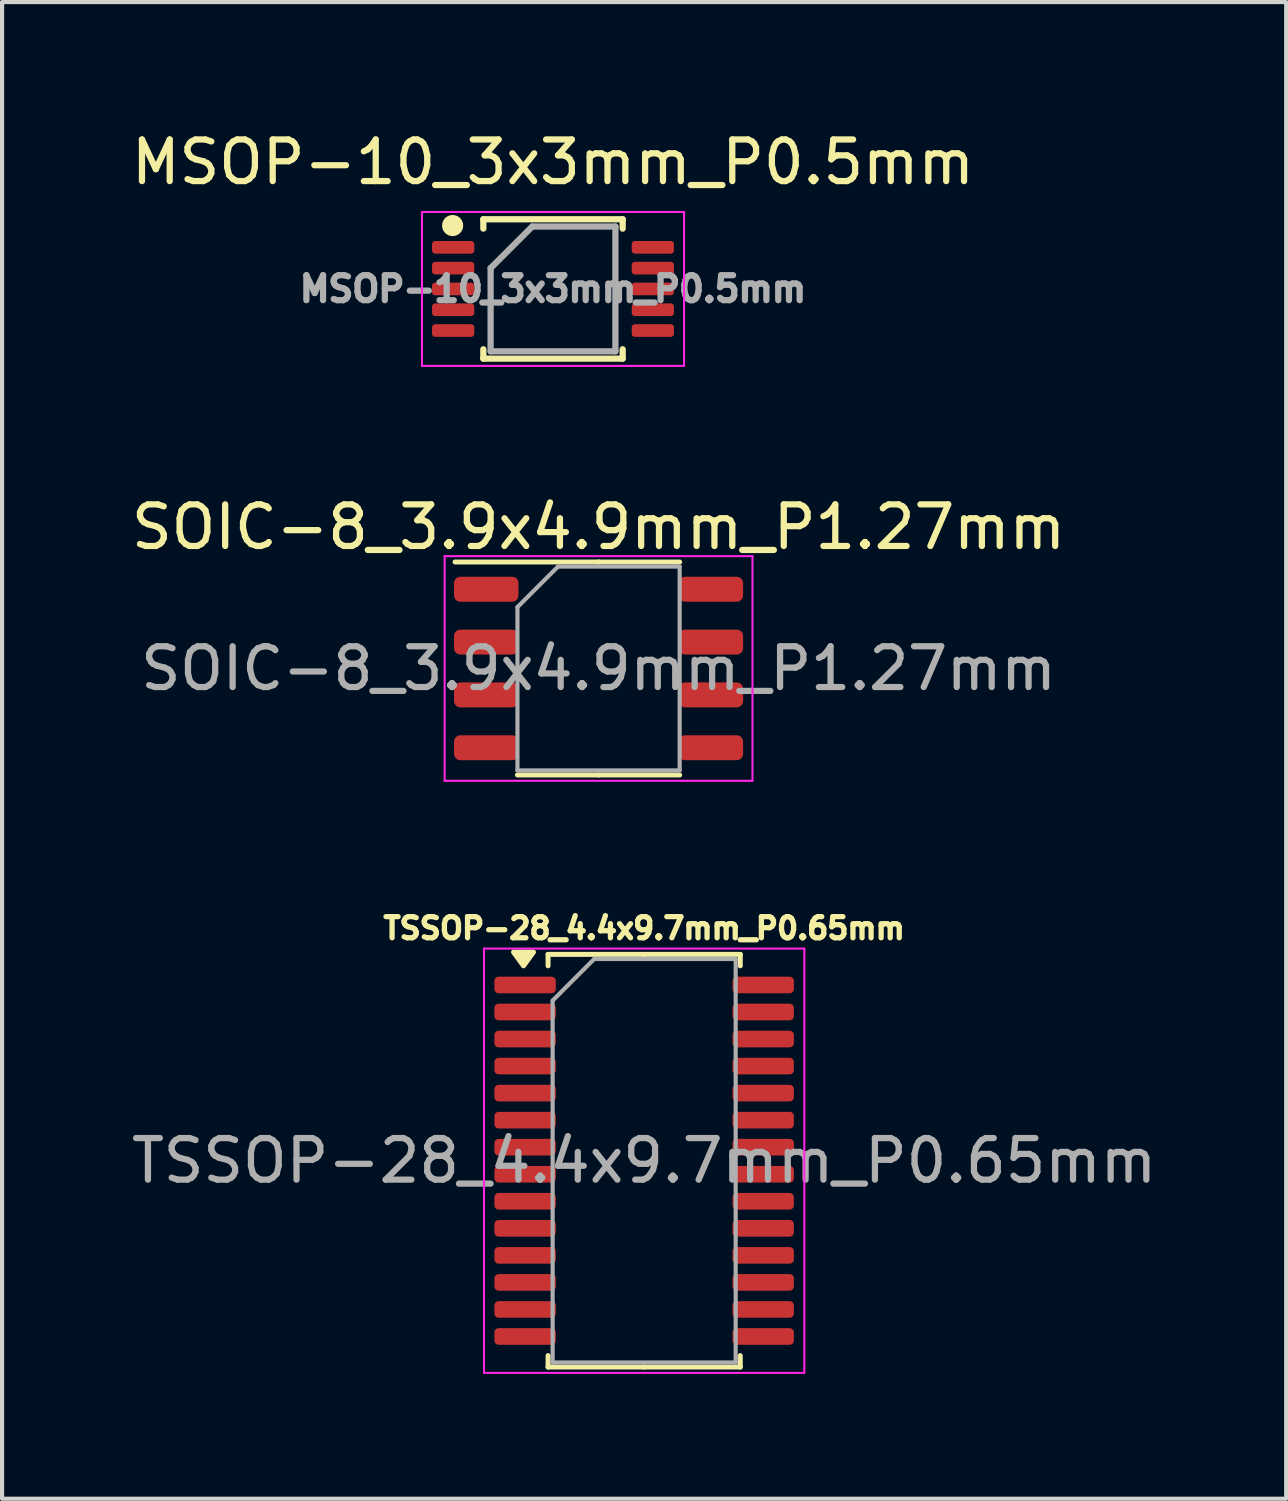
<source format=kicad_pcb>
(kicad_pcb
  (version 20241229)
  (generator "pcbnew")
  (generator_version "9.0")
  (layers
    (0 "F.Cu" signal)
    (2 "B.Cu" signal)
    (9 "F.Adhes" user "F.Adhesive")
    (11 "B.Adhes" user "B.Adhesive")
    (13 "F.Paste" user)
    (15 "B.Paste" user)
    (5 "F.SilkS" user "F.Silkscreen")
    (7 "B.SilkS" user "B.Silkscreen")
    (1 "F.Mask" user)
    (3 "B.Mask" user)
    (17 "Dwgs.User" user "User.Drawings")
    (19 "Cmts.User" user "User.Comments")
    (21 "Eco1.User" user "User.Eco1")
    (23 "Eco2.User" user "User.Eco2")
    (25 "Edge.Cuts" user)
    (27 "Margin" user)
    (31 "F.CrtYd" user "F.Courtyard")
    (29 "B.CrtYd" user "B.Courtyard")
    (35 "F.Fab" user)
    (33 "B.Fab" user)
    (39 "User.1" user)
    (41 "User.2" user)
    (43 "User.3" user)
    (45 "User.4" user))
  (footprint "TSSOP-28_4.4x9.7mm_P0.65mm"
    (layer "F.Cu")
    (at 12.435 24.853)
    (property "Reference" "TSSOP-28_4.4x9.7mm_P0.65mm" (at 0 -5.588 0) (layer "F.SilkS") (effects (font (size 0.508 0.508) (thickness 0.127) (bold yes))))
    (attr smd)
    (fp_line (start -2.31 -4.96) (end -2.31 -4.685) (stroke (width 0.12) (type solid)) (layer "F.SilkS"))
    (fp_line (start -2.31 4.96) (end -2.31 4.685) (stroke (width 0.12) (type solid)) (layer "F.SilkS"))
    (fp_line (start 0 -4.96) (end -2.31 -4.96) (stroke (width 0.12) (type solid)) (layer "F.SilkS"))
    (fp_line (start 0 -4.96) (end 2.31 -4.96) (stroke (width 0.12) (type solid)) (layer "F.SilkS"))
    (fp_line (start 0 4.96) (end -2.31 4.96) (stroke (width 0.12) (type solid)) (layer "F.SilkS"))
    (fp_line (start 0 4.96) (end 2.31 4.96) (stroke (width 0.12) (type solid)) (layer "F.SilkS"))
    (fp_line (start 2.31 -4.96) (end 2.31 -4.685) (stroke (width 0.12) (type solid)) (layer "F.SilkS"))
    (fp_line (start 2.31 4.96) (end 2.31 4.685) (stroke (width 0.12) (type solid)) (layer "F.SilkS"))
    (fp_poly (pts (xy -2.9 -4.685) (xy -3.14 -5.015) (xy -2.66 -5.015) (xy -2.9 -4.685)) (stroke (width 0.12) (type solid)) (fill yes) (layer "F.SilkS"))
    (fp_line (start -3.85 -5.1) (end -3.85 5.1) (stroke (width 0.05) (type solid)) (layer "F.CrtYd"))
    (fp_line (start -3.85 5.1) (end 3.85 5.1) (stroke (width 0.05) (type solid)) (layer "F.CrtYd"))
    (fp_line (start 3.85 -5.1) (end -3.85 -5.1) (stroke (width 0.05) (type solid)) (layer "F.CrtYd"))
    (fp_line (start 3.85 5.1) (end 3.85 -5.1) (stroke (width 0.05) (type solid)) (layer "F.CrtYd"))
    (fp_line (start -2.2 -3.85) (end -1.2 -4.85) (stroke (width 0.1) (type solid)) (layer "F.Fab"))
    (fp_line (start -2.2 4.85) (end -2.2 -3.85) (stroke (width 0.1) (type solid)) (layer "F.Fab"))
    (fp_line (start -1.2 -4.85) (end 2.2 -4.85) (stroke (width 0.1) (type solid)) (layer "F.Fab"))
    (fp_line (start 2.2 -4.85) (end 2.2 4.85) (stroke (width 0.1) (type solid)) (layer "F.Fab"))
    (fp_line (start 2.2 4.85) (end -2.2 4.85) (stroke (width 0.1) (type solid)) (layer "F.Fab"))
    (fp_text user "${REFERENCE}" (at 0 0 0) (layer "F.Fab") (effects (font (size 1 1) (thickness 0.15))))
    (pad "1" smd roundrect (at -2.862 -4.225) (size 1.475 0.4) (layers "F.Cu" "F.Mask" "F.Paste") (roundrect_rratio 0.25))
    (pad "2" smd roundrect (at -2.862 -3.575) (size 1.475 0.4) (layers "F.Cu" "F.Mask" "F.Paste") (roundrect_rratio 0.25))
    (pad "3" smd roundrect (at -2.862 -2.925) (size 1.475 0.4) (layers "F.Cu" "F.Mask" "F.Paste") (roundrect_rratio 0.25))
    (pad "4" smd roundrect (at -2.862 -2.275) (size 1.475 0.4) (layers "F.Cu" "F.Mask" "F.Paste") (roundrect_rratio 0.25))
    (pad "5" smd roundrect (at -2.862 -1.625) (size 1.475 0.4) (layers "F.Cu" "F.Mask" "F.Paste") (roundrect_rratio 0.25))
    (pad "6" smd roundrect (at -2.862 -0.975) (size 1.475 0.4) (layers "F.Cu" "F.Mask" "F.Paste") (roundrect_rratio 0.25))
    (pad "7" smd roundrect (at -2.862 -0.325) (size 1.475 0.4) (layers "F.Cu" "F.Mask" "F.Paste") (roundrect_rratio 0.25))
    (pad "8" smd roundrect (at -2.862 0.325) (size 1.475 0.4) (layers "F.Cu" "F.Mask" "F.Paste") (roundrect_rratio 0.25))
    (pad "9" smd roundrect (at -2.862 0.975) (size 1.475 0.4) (layers "F.Cu" "F.Mask" "F.Paste") (roundrect_rratio 0.25))
    (pad "10" smd roundrect (at -2.862 1.625) (size 1.475 0.4) (layers "F.Cu" "F.Mask" "F.Paste") (roundrect_rratio 0.25))
    (pad "11" smd roundrect (at -2.862 2.275) (size 1.475 0.4) (layers "F.Cu" "F.Mask" "F.Paste") (roundrect_rratio 0.25))
    (pad "12" smd roundrect (at -2.862 2.925) (size 1.475 0.4) (layers "F.Cu" "F.Mask" "F.Paste") (roundrect_rratio 0.25))
    (pad "13" smd roundrect (at -2.862 3.575) (size 1.475 0.4) (layers "F.Cu" "F.Mask" "F.Paste") (roundrect_rratio 0.25))
    (pad "14" smd roundrect (at -2.862 4.225) (size 1.475 0.4) (layers "F.Cu" "F.Mask" "F.Paste") (roundrect_rratio 0.25))
    (pad "15" smd roundrect (at 2.862 4.225) (size 1.475 0.4) (layers "F.Cu" "F.Mask" "F.Paste") (roundrect_rratio 0.25))
    (pad "16" smd roundrect (at 2.862 3.575) (size 1.475 0.4) (layers "F.Cu" "F.Mask" "F.Paste") (roundrect_rratio 0.25))
    (pad "17" smd roundrect (at 2.862 2.925) (size 1.475 0.4) (layers "F.Cu" "F.Mask" "F.Paste") (roundrect_rratio 0.25))
    (pad "18" smd roundrect (at 2.862 2.275) (size 1.475 0.4) (layers "F.Cu" "F.Mask" "F.Paste") (roundrect_rratio 0.25))
    (pad "19" smd roundrect (at 2.862 1.625) (size 1.475 0.4) (layers "F.Cu" "F.Mask" "F.Paste") (roundrect_rratio 0.25))
    (pad "20" smd roundrect (at 2.862 0.975) (size 1.475 0.4) (layers "F.Cu" "F.Mask" "F.Paste") (roundrect_rratio 0.25))
    (pad "21" smd roundrect (at 2.862 0.325) (size 1.475 0.4) (layers "F.Cu" "F.Mask" "F.Paste") (roundrect_rratio 0.25))
    (pad "22" smd roundrect (at 2.862 -0.325) (size 1.475 0.4) (layers "F.Cu" "F.Mask" "F.Paste") (roundrect_rratio 0.25))
    (pad "23" smd roundrect (at 2.862 -0.975) (size 1.475 0.4) (layers "F.Cu" "F.Mask" "F.Paste") (roundrect_rratio 0.25))
    (pad "24" smd roundrect (at 2.862 -1.625) (size 1.475 0.4) (layers "F.Cu" "F.Mask" "F.Paste") (roundrect_rratio 0.25))
    (pad "25" smd roundrect (at 2.862 -2.275) (size 1.475 0.4) (layers "F.Cu" "F.Mask" "F.Paste") (roundrect_rratio 0.25))
    (pad "26" smd roundrect (at 2.862 -2.925) (size 1.475 0.4) (layers "F.Cu" "F.Mask" "F.Paste") (roundrect_rratio 0.25))
    (pad "27" smd roundrect (at 2.862 -3.575) (size 1.475 0.4) (layers "F.Cu" "F.Mask" "F.Paste") (roundrect_rratio 0.25))
    (pad "28" smd roundrect (at 2.862 -4.225) (size 1.475 0.4) (layers "F.Cu" "F.Mask" "F.Paste") (roundrect_rratio 0.25)))
  (footprint "SOIC-8_3.9x4.9mm_P1.27mm"
    (layer "F.Cu")
    (at 11.339 13.02)
    (property "Reference" "SOIC-8_3.9x4.9mm_P1.27mm" (at 0 -3.4 0) (layer "F.SilkS") (effects (font (size 1 1) (thickness 0.15))))
    (attr smd)
    (fp_line (start 0 -2.56) (end -3.45 -2.56) (stroke (width 0.12) (type solid)) (layer "F.SilkS"))
    (fp_line (start 0 -2.56) (end 1.95 -2.56) (stroke (width 0.12) (type solid)) (layer "F.SilkS"))
    (fp_line (start 0 2.56) (end -1.95 2.56) (stroke (width 0.12) (type solid)) (layer "F.SilkS"))
    (fp_line (start 0 2.56) (end 1.95 2.56) (stroke (width 0.12) (type solid)) (layer "F.SilkS"))
    (fp_line (start -3.7 -2.7) (end -3.7 2.7) (stroke (width 0.05) (type solid)) (layer "F.CrtYd"))
    (fp_line (start -3.7 2.7) (end 3.7 2.7) (stroke (width 0.05) (type solid)) (layer "F.CrtYd"))
    (fp_line (start 3.7 -2.7) (end -3.7 -2.7) (stroke (width 0.05) (type solid)) (layer "F.CrtYd"))
    (fp_line (start 3.7 2.7) (end 3.7 -2.7) (stroke (width 0.05) (type solid)) (layer "F.CrtYd"))
    (fp_line (start -1.95 -1.475) (end -0.975 -2.45) (stroke (width 0.1) (type solid)) (layer "F.Fab"))
    (fp_line (start -1.95 2.45) (end -1.95 -1.475) (stroke (width 0.1) (type solid)) (layer "F.Fab"))
    (fp_line (start -0.975 -2.45) (end 1.95 -2.45) (stroke (width 0.1) (type solid)) (layer "F.Fab"))
    (fp_line (start 1.95 -2.45) (end 1.95 2.45) (stroke (width 0.1) (type solid)) (layer "F.Fab"))
    (fp_line (start 1.95 2.45) (end -1.95 2.45) (stroke (width 0.1) (type solid)) (layer "F.Fab"))
    (fp_text user "${REFERENCE}" (at 0 0 0) (layer "F.Fab") (effects (font (size 0.98 0.98) (thickness 0.15))))
    (pad "1" smd roundrect (at -2.7 -1.905) (size 1.55 0.6) (layers "F.Cu" "F.Mask" "F.Paste") (roundrect_rratio 0.25))
    (pad "2" smd roundrect (at -2.7 -0.635) (size 1.55 0.6) (layers "F.Cu" "F.Mask" "F.Paste") (roundrect_rratio 0.25))
    (pad "3" smd roundrect (at -2.7 0.635) (size 1.55 0.6) (layers "F.Cu" "F.Mask" "F.Paste") (roundrect_rratio 0.25))
    (pad "4" smd roundrect (at -2.7 1.905) (size 1.55 0.6) (layers "F.Cu" "F.Mask" "F.Paste") (roundrect_rratio 0.25))
    (pad "5" smd roundrect (at 2.7 1.905) (size 1.55 0.6) (layers "F.Cu" "F.Mask" "F.Paste") (roundrect_rratio 0.25))
    (pad "6" smd roundrect (at 2.7 0.635) (size 1.55 0.6) (layers "F.Cu" "F.Mask" "F.Paste") (roundrect_rratio 0.25))
    (pad "7" smd roundrect (at 2.7 -0.635) (size 1.55 0.6) (layers "F.Cu" "F.Mask" "F.Paste") (roundrect_rratio 0.25))
    (pad "8" smd roundrect (at 2.7 -1.905) (size 1.55 0.6) (layers "F.Cu" "F.Mask" "F.Paste") (roundrect_rratio 0.25)))
  (footprint "MSOP-10_3x3mm_P0.5mm"
    (layer "F.Cu")
    (at 10.244 3.896)
    (property "Reference" "MSOP-10_3x3mm_P0.5mm" (at 0 -3.048 0) (layer "F.SilkS") (effects (font (size 1 1) (thickness 0.15))))
    (attr smd)
    (fp_line (start -1.675 -1.675) (end -1.675 -1.45) (stroke (width 0.15) (type solid)) (layer "F.SilkS"))
    (fp_line (start -1.675 -1.675) (end 1.675 -1.675) (stroke (width 0.15) (type solid)) (layer "F.SilkS"))
    (fp_line (start -1.675 1.45) (end -1.675 1.675) (stroke (width 0.15) (type solid)) (layer "F.SilkS"))
    (fp_line (start -1.675 1.675) (end 1.675 1.675) (stroke (width 0.15) (type solid)) (layer "F.SilkS"))
    (fp_line (start 1.675 -1.675) (end 1.675 -1.45) (stroke (width 0.15) (type solid)) (layer "F.SilkS"))
    (fp_line (start 1.675 1.675) (end 1.675 1.45) (stroke (width 0.15) (type solid)) (layer "F.SilkS"))
    (fp_circle (center -2.413 -1.524) (end -2.286 -1.524) (stroke (width 0.254) (type default)) (fill no) (layer "F.SilkS"))
    (fp_line (start -3.15 -1.85) (end -3.15 1.85) (stroke (width 0.05) (type solid)) (layer "F.CrtYd"))
    (fp_line (start -3.15 -1.85) (end 3.15 -1.85) (stroke (width 0.05) (type solid)) (layer "F.CrtYd"))
    (fp_line (start -3.15 1.85) (end 3.15 1.85) (stroke (width 0.05) (type solid)) (layer "F.CrtYd"))
    (fp_line (start 3.15 -1.85) (end 3.15 1.85) (stroke (width 0.05) (type solid)) (layer "F.CrtYd"))
    (fp_line (start -1.5 -0.5) (end -0.5 -1.5) (stroke (width 0.15) (type solid)) (layer "F.Fab"))
    (fp_line (start -1.5 1.5) (end -1.5 -0.5) (stroke (width 0.15) (type solid)) (layer "F.Fab"))
    (fp_line (start -0.5 -1.5) (end 1.5 -1.5) (stroke (width 0.15) (type solid)) (layer "F.Fab"))
    (fp_line (start 1.5 -1.5) (end 1.5 1.5) (stroke (width 0.15) (type solid)) (layer "F.Fab"))
    (fp_line (start 1.5 1.5) (end -1.5 1.5) (stroke (width 0.15) (type solid)) (layer "F.Fab"))
    (fp_text user "${REFERENCE}" (at 0 0 0) (layer "F.Fab") (effects (font (size 0.6 0.6) (thickness 0.15))))
    (pad "1" smd roundrect (at -2.4 -1) (size 1.016 0.305) (layers "F.Cu" "F.Mask" "F.Paste") (roundrect_rratio 0.25))
    (pad "2" smd roundrect (at -2.4 -0.5) (size 1.016 0.305) (layers "F.Cu" "F.Mask" "F.Paste") (roundrect_rratio 0.25))
    (pad "3" smd roundrect (at -2.4 0) (size 1.016 0.305) (layers "F.Cu" "F.Mask" "F.Paste") (roundrect_rratio 0.25))
    (pad "4" smd roundrect (at -2.4 0.5) (size 1.016 0.305) (layers "F.Cu" "F.Mask" "F.Paste") (roundrect_rratio 0.25))
    (pad "5" smd roundrect (at -2.4 1) (size 1.016 0.305) (layers "F.Cu" "F.Mask" "F.Paste") (roundrect_rratio 0.25))
    (pad "6" smd roundrect (at 2.4 1) (size 1.016 0.305) (layers "F.Cu" "F.Mask" "F.Paste") (roundrect_rratio 0.25))
    (pad "7" smd roundrect (at 2.4 0.5) (size 1.016 0.305) (layers "F.Cu" "F.Mask" "F.Paste") (roundrect_rratio 0.25))
    (pad "8" smd roundrect (at 2.4 0) (size 1.016 0.305) (layers "F.Cu" "F.Mask" "F.Paste") (roundrect_rratio 0.25))
    (pad "9" smd roundrect (at 2.4 -0.5) (size 1.016 0.305) (layers "F.Cu" "F.Mask" "F.Paste") (roundrect_rratio 0.25))
    (pad "10" smd roundrect (at 2.4 -1) (size 1.016 0.305) (layers "F.Cu" "F.Mask" "F.Paste") (roundrect_rratio 0.25)))
  (gr_rect
    (start -3 -3)
    (end 27.869 32.978)
    (stroke (width 0.1) (type default))
    (fill no)
    (layer "Edge.Cuts")))
</source>
